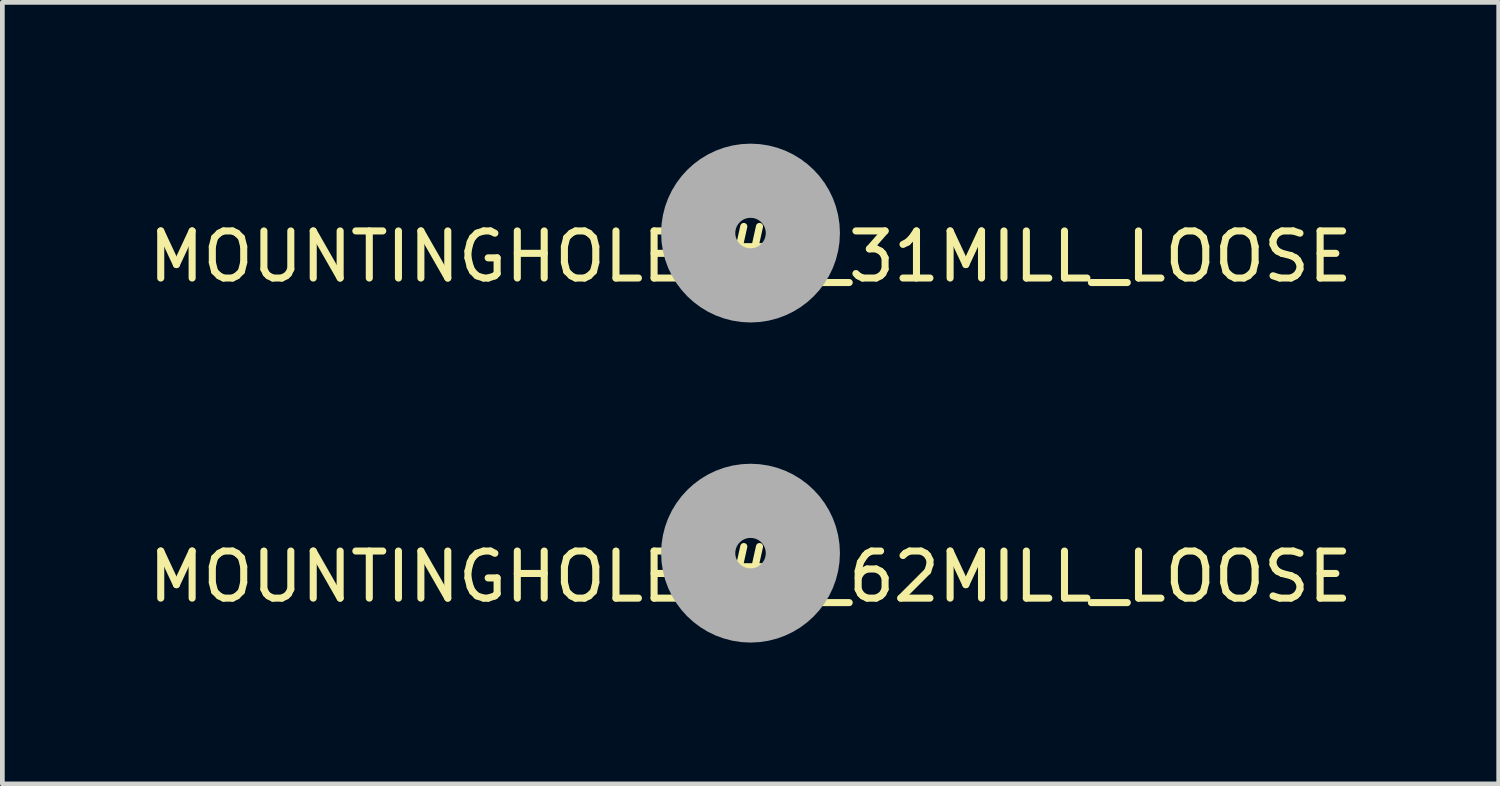
<source format=kicad_pcb>
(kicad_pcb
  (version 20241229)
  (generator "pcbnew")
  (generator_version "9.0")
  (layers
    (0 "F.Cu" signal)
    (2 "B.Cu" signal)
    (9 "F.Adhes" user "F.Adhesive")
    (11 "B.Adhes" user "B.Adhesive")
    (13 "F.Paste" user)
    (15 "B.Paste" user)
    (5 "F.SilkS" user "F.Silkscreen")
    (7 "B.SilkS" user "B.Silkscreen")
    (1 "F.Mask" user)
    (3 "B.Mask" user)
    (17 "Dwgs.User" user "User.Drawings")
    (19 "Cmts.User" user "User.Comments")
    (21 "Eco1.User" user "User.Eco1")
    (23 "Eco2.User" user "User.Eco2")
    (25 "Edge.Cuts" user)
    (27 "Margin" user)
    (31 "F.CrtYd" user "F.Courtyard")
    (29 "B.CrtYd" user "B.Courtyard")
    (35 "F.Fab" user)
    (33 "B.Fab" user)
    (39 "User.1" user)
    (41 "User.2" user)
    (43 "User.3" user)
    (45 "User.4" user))
  (footprint "MOUNTINGHOLE_#6_31MILL_LOOSE"
    (layer "F.Cu")
    (at 12.887 1.899)
    (property "Reference" "MOUNTINGHOLE_#6_31MILL_LOOSE" (at 0 0.5 0) (layer "F.SilkS") (effects (font (size 1 1) (thickness 0.15))))
    (attr through_hole)
    (fp_circle (center 0 0) (end 0 1.111) (stroke (width 1.575) (type solid)) (fill no) (layer "F.Fab")))
  (footprint "MOUNTINGHOLE_#6_62MILL_LOOSE"
    (layer "F.Cu")
    (at 12.887 8.696)
    (property "Reference" "MOUNTINGHOLE_#6_62MILL_LOOSE" (at 0 0.5 0) (layer "F.SilkS") (effects (font (size 1 1) (thickness 0.15))))
    (attr through_hole)
    (fp_circle (center 0 0) (end 0 1.111) (stroke (width 1.575) (type solid)) (fill no) (layer "F.Fab")))
  (gr_rect
    (start -3 -3)
    (end 28.774 13.595)
    (stroke (width 0.1) (type default))
    (fill no)
    (layer "Edge.Cuts")))
</source>
